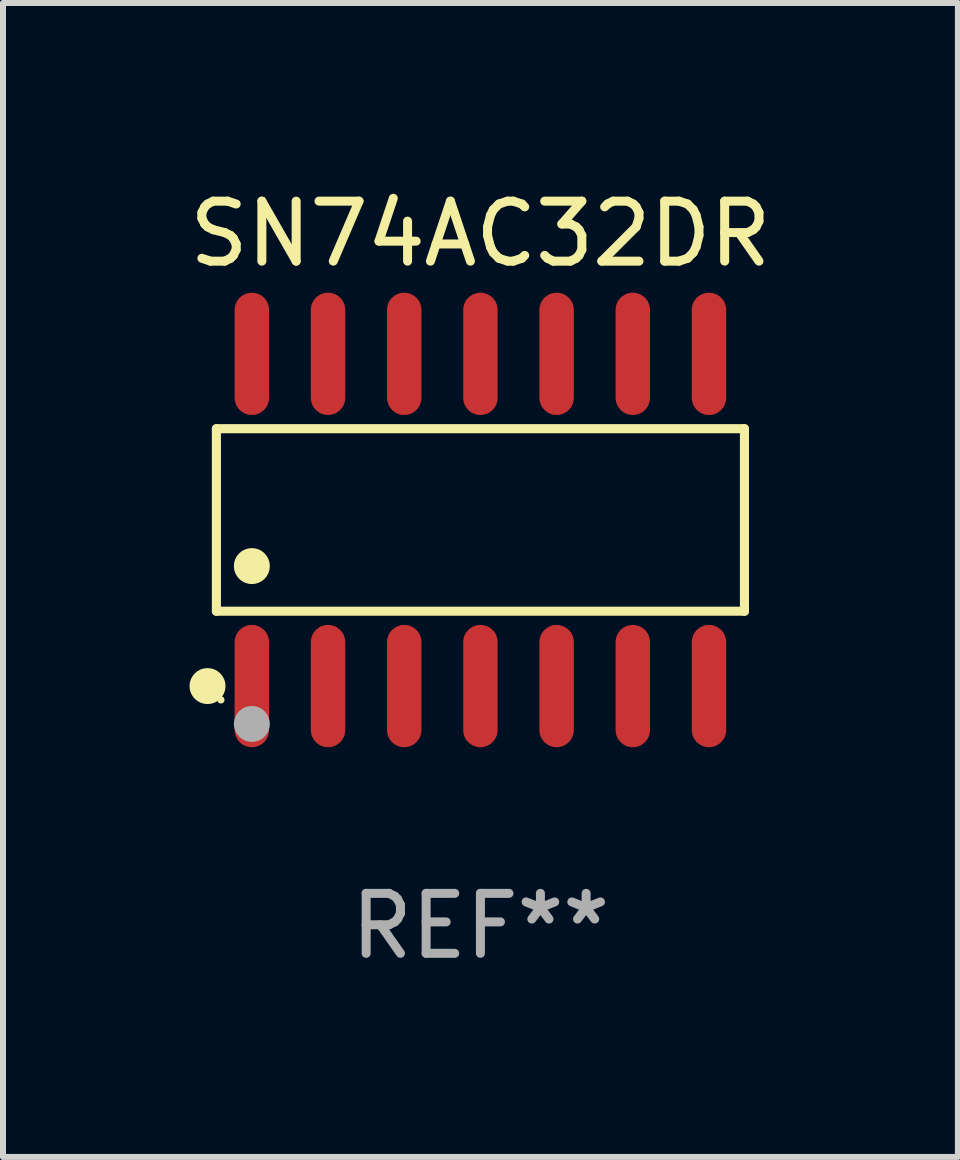
<source format=kicad_pcb>
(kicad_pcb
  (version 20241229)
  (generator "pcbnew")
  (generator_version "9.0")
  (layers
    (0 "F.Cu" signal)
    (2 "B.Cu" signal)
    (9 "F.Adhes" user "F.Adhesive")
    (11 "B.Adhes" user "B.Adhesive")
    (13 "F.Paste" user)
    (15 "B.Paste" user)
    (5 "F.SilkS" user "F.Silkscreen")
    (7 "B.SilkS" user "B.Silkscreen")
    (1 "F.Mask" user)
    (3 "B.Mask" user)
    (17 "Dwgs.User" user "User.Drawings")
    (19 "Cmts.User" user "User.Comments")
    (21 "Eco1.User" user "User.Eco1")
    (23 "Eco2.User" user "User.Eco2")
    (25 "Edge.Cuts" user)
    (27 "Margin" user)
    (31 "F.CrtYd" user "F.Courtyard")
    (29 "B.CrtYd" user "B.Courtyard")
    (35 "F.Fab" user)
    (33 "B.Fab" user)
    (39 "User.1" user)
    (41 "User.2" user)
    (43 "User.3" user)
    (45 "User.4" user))
  (footprint "SN74AC32DR"
    (layer "F.Cu")
    (at 4.958 5.617)
    (property "Reference" "SN74AC32DR" (at 0 -4.769 0) (layer "F.SilkS") (effects (font (size 1 1) (thickness 0.15))))
    (attr through_hole)
    (fp_line (start -4.401 -1.521) (end 4.401 -1.521) (stroke (width 0.152) (type solid)) (layer "F.SilkS"))
    (fp_line (start -4.401 1.521) (end -4.401 -1.521) (stroke (width 0.152) (type solid)) (layer "F.SilkS"))
    (fp_line (start 4.401 -1.521) (end 4.401 1.521) (stroke (width 0.152) (type solid)) (layer "F.SilkS"))
    (fp_line (start 4.401 1.521) (end -4.401 1.521) (stroke (width 0.152) (type solid)) (layer "F.SilkS"))
    (fp_circle (center -4.549 2.769) (end -4.399 2.769) (stroke (width 0.3) (type solid)) (fill no) (layer "F.SilkS"))
    (fp_circle (center -4.325 3) (end -4.295 3) (stroke (width 0.06) (type solid)) (fill no) (layer "F.SilkS"))
    (fp_circle (center -3.81 0.769) (end -3.66 0.769) (stroke (width 0.3) (type solid)) (fill no) (layer "F.SilkS"))
    (fp_circle (center -3.81 3.4) (end -3.66 3.4) (stroke (width 0.3) (type solid)) (fill no) (layer "F.Fab"))
    (fp_text user "REF**" (at 0 6.769 0) (layer "F.Fab") (effects (font (size 1 1) (thickness 0.15))))
    (pad "1" smd oval (at -3.81 2.769) (size 0.574 2.038) (layers "F.Cu" "F.Mask" "F.Paste"))
    (pad "2" smd oval (at -2.54 2.769) (size 0.574 2.038) (layers "F.Cu" "F.Mask" "F.Paste"))
    (pad "3" smd oval (at -1.27 2.769) (size 0.574 2.038) (layers "F.Cu" "F.Mask" "F.Paste"))
    (pad "4" smd oval (at 0 2.769) (size 0.574 2.038) (layers "F.Cu" "F.Mask" "F.Paste"))
    (pad "5" smd oval (at 1.27 2.769) (size 0.574 2.038) (layers "F.Cu" "F.Mask" "F.Paste"))
    (pad "6" smd oval (at 2.54 2.769) (size 0.574 2.038) (layers "F.Cu" "F.Mask" "F.Paste"))
    (pad "7" smd oval (at 3.81 2.769) (size 0.574 2.038) (layers "F.Cu" "F.Mask" "F.Paste"))
    (pad "8" smd oval (at 3.81 -2.769) (size 0.574 2.038) (layers "F.Cu" "F.Mask" "F.Paste"))
    (pad "9" smd oval (at 2.54 -2.769) (size 0.574 2.038) (layers "F.Cu" "F.Mask" "F.Paste"))
    (pad "10" smd oval (at 1.27 -2.769) (size 0.574 2.038) (layers "F.Cu" "F.Mask" "F.Paste"))
    (pad "11" smd oval (at 0 -2.769) (size 0.574 2.038) (layers "F.Cu" "F.Mask" "F.Paste"))
    (pad "12" smd oval (at -1.27 -2.769) (size 0.574 2.038) (layers "F.Cu" "F.Mask" "F.Paste"))
    (pad "13" smd oval (at -2.54 -2.769) (size 0.574 2.038) (layers "F.Cu" "F.Mask" "F.Paste"))
    (pad "14" smd oval (at -3.81 -2.769) (size 0.574 2.038) (layers "F.Cu" "F.Mask" "F.Paste")))
  (gr_rect
    (start -3 -3)
    (end 12.917 16.235)
    (stroke (width 0.1) (type default))
    (fill no)
    (layer "Edge.Cuts")))
</source>
